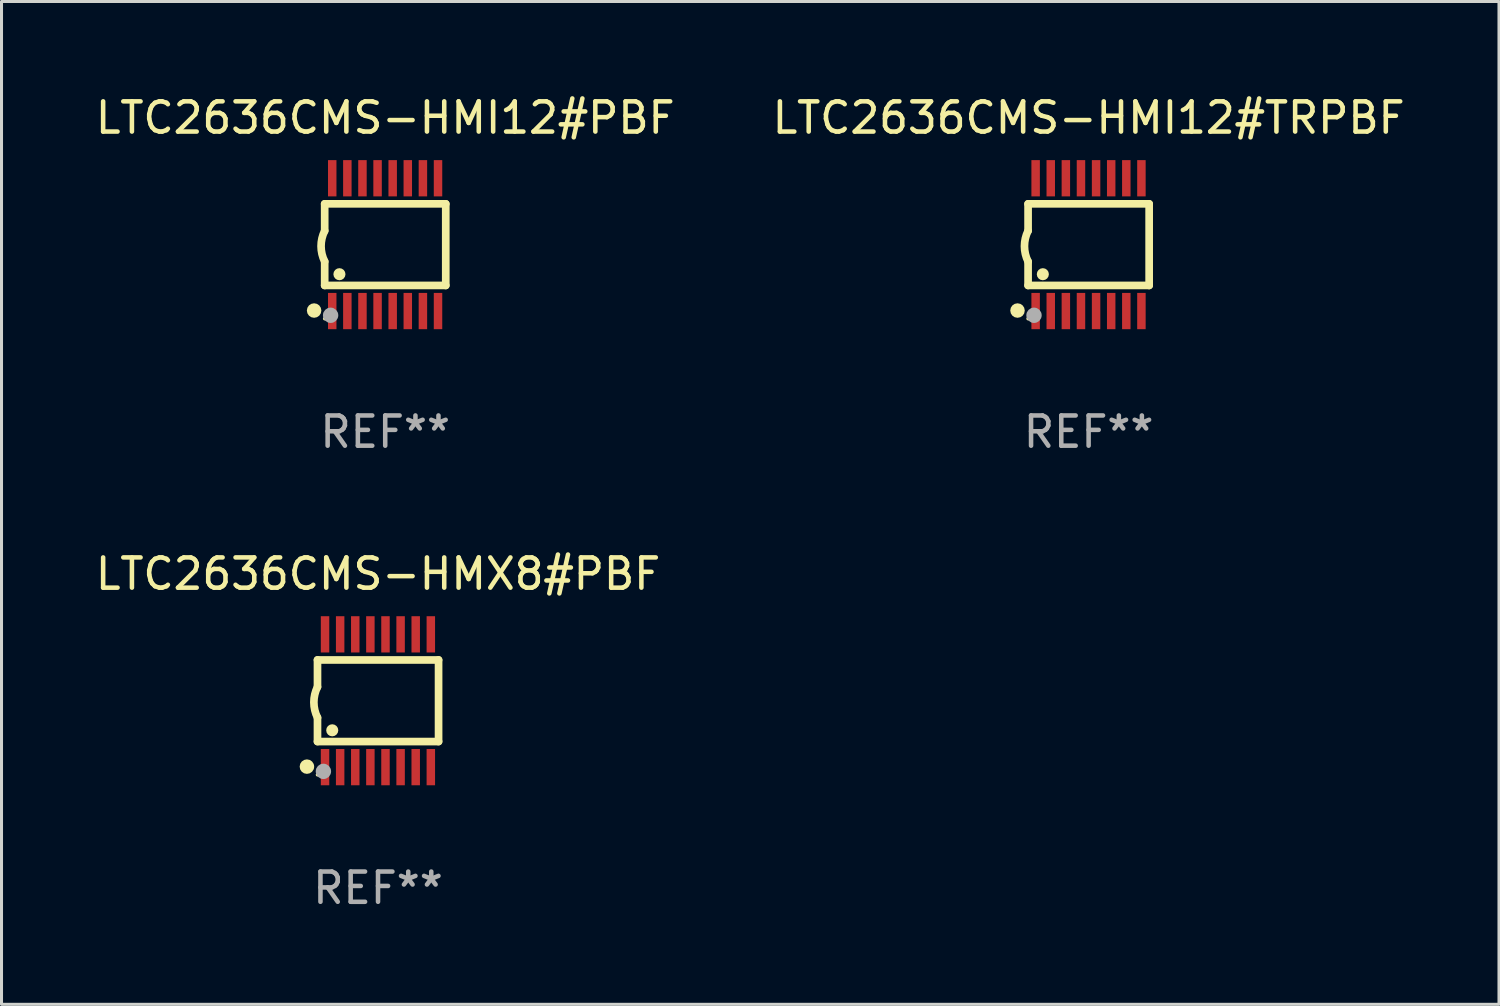
<source format=kicad_pcb>
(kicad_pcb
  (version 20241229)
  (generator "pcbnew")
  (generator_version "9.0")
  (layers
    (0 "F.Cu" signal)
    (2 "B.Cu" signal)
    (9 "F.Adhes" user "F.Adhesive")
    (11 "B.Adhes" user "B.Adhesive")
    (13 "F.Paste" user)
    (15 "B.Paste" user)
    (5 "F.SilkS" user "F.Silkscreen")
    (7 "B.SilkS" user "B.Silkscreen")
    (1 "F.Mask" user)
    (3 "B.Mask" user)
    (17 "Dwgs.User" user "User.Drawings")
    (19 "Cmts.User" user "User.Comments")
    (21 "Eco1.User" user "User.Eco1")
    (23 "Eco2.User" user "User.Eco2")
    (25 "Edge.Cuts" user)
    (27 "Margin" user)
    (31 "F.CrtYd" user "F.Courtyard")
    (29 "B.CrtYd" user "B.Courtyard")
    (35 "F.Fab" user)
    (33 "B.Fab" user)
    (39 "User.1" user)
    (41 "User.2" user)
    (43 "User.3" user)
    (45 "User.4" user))
  (footprint "LTC2636CMS-HMI12#PBF"
    (layer "F.Cu")
    (at 9.696 5.045)
    (property "Reference" "LTC2636CMS-HMI12#PBF" (at 0 -4.197 0) (layer "F.SilkS") (effects (font (size 1 1) (thickness 0.15))))
    (attr through_hole)
    (fp_line (start -2.003 -1.35) (end -2.003 -0.457) (stroke (width 0.254) (type solid)) (layer "F.SilkS"))
    (fp_line (start -2.003 -1.35) (end 2.003 -1.35) (stroke (width 0.254) (type solid)) (layer "F.SilkS"))
    (fp_line (start -2.003 1.35) (end -2.003 0.559) (stroke (width 0.254) (type solid)) (layer "F.SilkS"))
    (fp_line (start -2.003 1.35) (end 2.003 1.35) (stroke (width 0.254) (type solid)) (layer "F.SilkS"))
    (fp_line (start 2.003 -1.35) (end 2.003 1.35) (stroke (width 0.254) (type solid)) (layer "F.SilkS"))
    (fp_arc (start -2.002286 0.558802) (mid -2.122556 0.05092) (end -2.003302 -0.457201) (stroke (width 0.254001) (type solid)) (layer "F.SilkS"))
    (fp_circle (center -2.353 2.18) (end -2.233 2.18) (stroke (width 0.24) (type solid)) (fill no) (layer "F.SilkS"))
    (fp_circle (center -2.003 2.45) (end -1.973 2.45) (stroke (width 0.06) (type solid)) (fill no) (layer "F.SilkS"))
    (fp_circle (center -1.515 0.978) (end -1.415 0.978) (stroke (width 0.2) (type solid)) (fill no) (layer "F.SilkS"))
    (fp_circle (center -1.807 2.337) (end -1.68 2.337) (stroke (width 0.254) (type solid)) (fill no) (layer "F.Fab"))
    (fp_text user "REF**" (at 0 6.197 0) (layer "F.Fab") (effects (font (size 1 1) (thickness 0.15))))
    (pad "1" smd rect (at -1.753 2.197 90) (size 1.2 0.28) (layers "F.Cu" "F.Mask" "F.Paste"))
    (pad "2" smd rect (at -1.253 2.197 90) (size 1.2 0.28) (layers "F.Cu" "F.Mask" "F.Paste"))
    (pad "3" smd rect (at -0.753 2.197 90) (size 1.2 0.28) (layers "F.Cu" "F.Mask" "F.Paste"))
    (pad "4" smd rect (at -0.253 2.197 90) (size 1.2 0.28) (layers "F.Cu" "F.Mask" "F.Paste"))
    (pad "5" smd rect (at 0.247 2.197 90) (size 1.2 0.28) (layers "F.Cu" "F.Mask" "F.Paste"))
    (pad "6" smd rect (at 0.747 2.197 90) (size 1.2 0.28) (layers "F.Cu" "F.Mask" "F.Paste"))
    (pad "7" smd rect (at 1.247 2.197 90) (size 1.2 0.28) (layers "F.Cu" "F.Mask" "F.Paste"))
    (pad "8" smd rect (at 1.747 2.197 90) (size 1.2 0.28) (layers "F.Cu" "F.Mask" "F.Paste"))
    (pad "9" smd rect (at 1.747 -2.197 90) (size 1.2 0.28) (layers "F.Cu" "F.Mask" "F.Paste"))
    (pad "10" smd rect (at 1.247 -2.197 90) (size 1.2 0.28) (layers "F.Cu" "F.Mask" "F.Paste"))
    (pad "11" smd rect (at 0.747 -2.197 90) (size 1.2 0.28) (layers "F.Cu" "F.Mask" "F.Paste"))
    (pad "12" smd rect (at 0.247 -2.197 90) (size 1.2 0.28) (layers "F.Cu" "F.Mask" "F.Paste"))
    (pad "13" smd rect (at -0.253 -2.197 90) (size 1.2 0.28) (layers "F.Cu" "F.Mask" "F.Paste"))
    (pad "14" smd rect (at -0.753 -2.197 90) (size 1.2 0.28) (layers "F.Cu" "F.Mask" "F.Paste"))
    (pad "15" smd rect (at -1.253 -2.197 90) (size 1.2 0.28) (layers "F.Cu" "F.Mask" "F.Paste"))
    (pad "16" smd rect (at -1.753 -2.197 90) (size 1.2 0.28) (layers "F.Cu" "F.Mask" "F.Paste")))
  (footprint "LTC2636CMS-HMI12#TRPBF"
    (layer "F.Cu")
    (at 32.97 5.045)
    (property "Reference" "LTC2636CMS-HMI12#TRPBF" (at 0 -4.197 0) (layer "F.SilkS") (effects (font (size 1 1) (thickness 0.15))))
    (attr through_hole)
    (fp_line (start -2.003 -1.35) (end -2.003 -0.457) (stroke (width 0.254) (type solid)) (layer "F.SilkS"))
    (fp_line (start -2.003 -1.35) (end 2.003 -1.35) (stroke (width 0.254) (type solid)) (layer "F.SilkS"))
    (fp_line (start -2.003 1.35) (end -2.003 0.559) (stroke (width 0.254) (type solid)) (layer "F.SilkS"))
    (fp_line (start -2.003 1.35) (end 2.003 1.35) (stroke (width 0.254) (type solid)) (layer "F.SilkS"))
    (fp_line (start 2.003 -1.35) (end 2.003 1.35) (stroke (width 0.254) (type solid)) (layer "F.SilkS"))
    (fp_arc (start -2.002286 0.558802) (mid -2.122556 0.05092) (end -2.003302 -0.457201) (stroke (width 0.254001) (type solid)) (layer "F.SilkS"))
    (fp_circle (center -2.353 2.18) (end -2.233 2.18) (stroke (width 0.24) (type solid)) (fill no) (layer "F.SilkS"))
    (fp_circle (center -2.003 2.45) (end -1.973 2.45) (stroke (width 0.06) (type solid)) (fill no) (layer "F.SilkS"))
    (fp_circle (center -1.515 0.978) (end -1.415 0.978) (stroke (width 0.2) (type solid)) (fill no) (layer "F.SilkS"))
    (fp_circle (center -1.807 2.337) (end -1.68 2.337) (stroke (width 0.254) (type solid)) (fill no) (layer "F.Fab"))
    (fp_text user "REF**" (at 0 6.197 0) (layer "F.Fab") (effects (font (size 1 1) (thickness 0.15))))
    (pad "1" smd rect (at -1.753 2.197 90) (size 1.2 0.28) (layers "F.Cu" "F.Mask" "F.Paste"))
    (pad "2" smd rect (at -1.253 2.197 90) (size 1.2 0.28) (layers "F.Cu" "F.Mask" "F.Paste"))
    (pad "3" smd rect (at -0.753 2.197 90) (size 1.2 0.28) (layers "F.Cu" "F.Mask" "F.Paste"))
    (pad "4" smd rect (at -0.253 2.197 90) (size 1.2 0.28) (layers "F.Cu" "F.Mask" "F.Paste"))
    (pad "5" smd rect (at 0.247 2.197 90) (size 1.2 0.28) (layers "F.Cu" "F.Mask" "F.Paste"))
    (pad "6" smd rect (at 0.747 2.197 90) (size 1.2 0.28) (layers "F.Cu" "F.Mask" "F.Paste"))
    (pad "7" smd rect (at 1.247 2.197 90) (size 1.2 0.28) (layers "F.Cu" "F.Mask" "F.Paste"))
    (pad "8" smd rect (at 1.747 2.197 90) (size 1.2 0.28) (layers "F.Cu" "F.Mask" "F.Paste"))
    (pad "9" smd rect (at 1.747 -2.197 90) (size 1.2 0.28) (layers "F.Cu" "F.Mask" "F.Paste"))
    (pad "10" smd rect (at 1.247 -2.197 90) (size 1.2 0.28) (layers "F.Cu" "F.Mask" "F.Paste"))
    (pad "11" smd rect (at 0.747 -2.197 90) (size 1.2 0.28) (layers "F.Cu" "F.Mask" "F.Paste"))
    (pad "12" smd rect (at 0.247 -2.197 90) (size 1.2 0.28) (layers "F.Cu" "F.Mask" "F.Paste"))
    (pad "13" smd rect (at -0.253 -2.197 90) (size 1.2 0.28) (layers "F.Cu" "F.Mask" "F.Paste"))
    (pad "14" smd rect (at -0.753 -2.197 90) (size 1.2 0.28) (layers "F.Cu" "F.Mask" "F.Paste"))
    (pad "15" smd rect (at -1.253 -2.197 90) (size 1.2 0.28) (layers "F.Cu" "F.Mask" "F.Paste"))
    (pad "16" smd rect (at -1.753 -2.197 90) (size 1.2 0.28) (layers "F.Cu" "F.Mask" "F.Paste")))
  (footprint "LTC2636CMS-HMX8#PBF"
    (layer "F.Cu")
    (at 9.458 20.136)
    (property "Reference" "LTC2636CMS-HMX8#PBF" (at 0 -4.197 0) (layer "F.SilkS") (effects (font (size 1 1) (thickness 0.15))))
    (attr through_hole)
    (fp_line (start -2.003 -1.35) (end -2.003 -0.457) (stroke (width 0.254) (type solid)) (layer "F.SilkS"))
    (fp_line (start -2.003 -1.35) (end 2.003 -1.35) (stroke (width 0.254) (type solid)) (layer "F.SilkS"))
    (fp_line (start -2.003 1.35) (end -2.003 0.559) (stroke (width 0.254) (type solid)) (layer "F.SilkS"))
    (fp_line (start -2.003 1.35) (end 2.003 1.35) (stroke (width 0.254) (type solid)) (layer "F.SilkS"))
    (fp_line (start 2.003 -1.35) (end 2.003 1.35) (stroke (width 0.254) (type solid)) (layer "F.SilkS"))
    (fp_arc (start -2.002286 0.558802) (mid -2.122556 0.05092) (end -2.003302 -0.457201) (stroke (width 0.254001) (type solid)) (layer "F.SilkS"))
    (fp_circle (center -2.353 2.18) (end -2.233 2.18) (stroke (width 0.24) (type solid)) (fill no) (layer "F.SilkS"))
    (fp_circle (center -2.003 2.45) (end -1.973 2.45) (stroke (width 0.06) (type solid)) (fill no) (layer "F.SilkS"))
    (fp_circle (center -1.515 0.978) (end -1.415 0.978) (stroke (width 0.2) (type solid)) (fill no) (layer "F.SilkS"))
    (fp_circle (center -1.807 2.337) (end -1.68 2.337) (stroke (width 0.254) (type solid)) (fill no) (layer "F.Fab"))
    (fp_text user "REF**" (at 0 6.197 0) (layer "F.Fab") (effects (font (size 1 1) (thickness 0.15))))
    (pad "1" smd rect (at -1.753 2.197 90) (size 1.2 0.28) (layers "F.Cu" "F.Mask" "F.Paste"))
    (pad "2" smd rect (at -1.253 2.197 90) (size 1.2 0.28) (layers "F.Cu" "F.Mask" "F.Paste"))
    (pad "3" smd rect (at -0.753 2.197 90) (size 1.2 0.28) (layers "F.Cu" "F.Mask" "F.Paste"))
    (pad "4" smd rect (at -0.253 2.197 90) (size 1.2 0.28) (layers "F.Cu" "F.Mask" "F.Paste"))
    (pad "5" smd rect (at 0.247 2.197 90) (size 1.2 0.28) (layers "F.Cu" "F.Mask" "F.Paste"))
    (pad "6" smd rect (at 0.747 2.197 90) (size 1.2 0.28) (layers "F.Cu" "F.Mask" "F.Paste"))
    (pad "7" smd rect (at 1.247 2.197 90) (size 1.2 0.28) (layers "F.Cu" "F.Mask" "F.Paste"))
    (pad "8" smd rect (at 1.747 2.197 90) (size 1.2 0.28) (layers "F.Cu" "F.Mask" "F.Paste"))
    (pad "9" smd rect (at 1.747 -2.197 90) (size 1.2 0.28) (layers "F.Cu" "F.Mask" "F.Paste"))
    (pad "10" smd rect (at 1.247 -2.197 90) (size 1.2 0.28) (layers "F.Cu" "F.Mask" "F.Paste"))
    (pad "11" smd rect (at 0.747 -2.197 90) (size 1.2 0.28) (layers "F.Cu" "F.Mask" "F.Paste"))
    (pad "12" smd rect (at 0.247 -2.197 90) (size 1.2 0.28) (layers "F.Cu" "F.Mask" "F.Paste"))
    (pad "13" smd rect (at -0.253 -2.197 90) (size 1.2 0.28) (layers "F.Cu" "F.Mask" "F.Paste"))
    (pad "14" smd rect (at -0.753 -2.197 90) (size 1.2 0.28) (layers "F.Cu" "F.Mask" "F.Paste"))
    (pad "15" smd rect (at -1.253 -2.197 90) (size 1.2 0.28) (layers "F.Cu" "F.Mask" "F.Paste"))
    (pad "16" smd rect (at -1.753 -2.197 90) (size 1.2 0.28) (layers "F.Cu" "F.Mask" "F.Paste")))
  (gr_rect
    (start -3 -3)
    (end 46.548 30.181)
    (stroke (width 0.1) (type default))
    (fill no)
    (layer "Edge.Cuts")))
</source>
